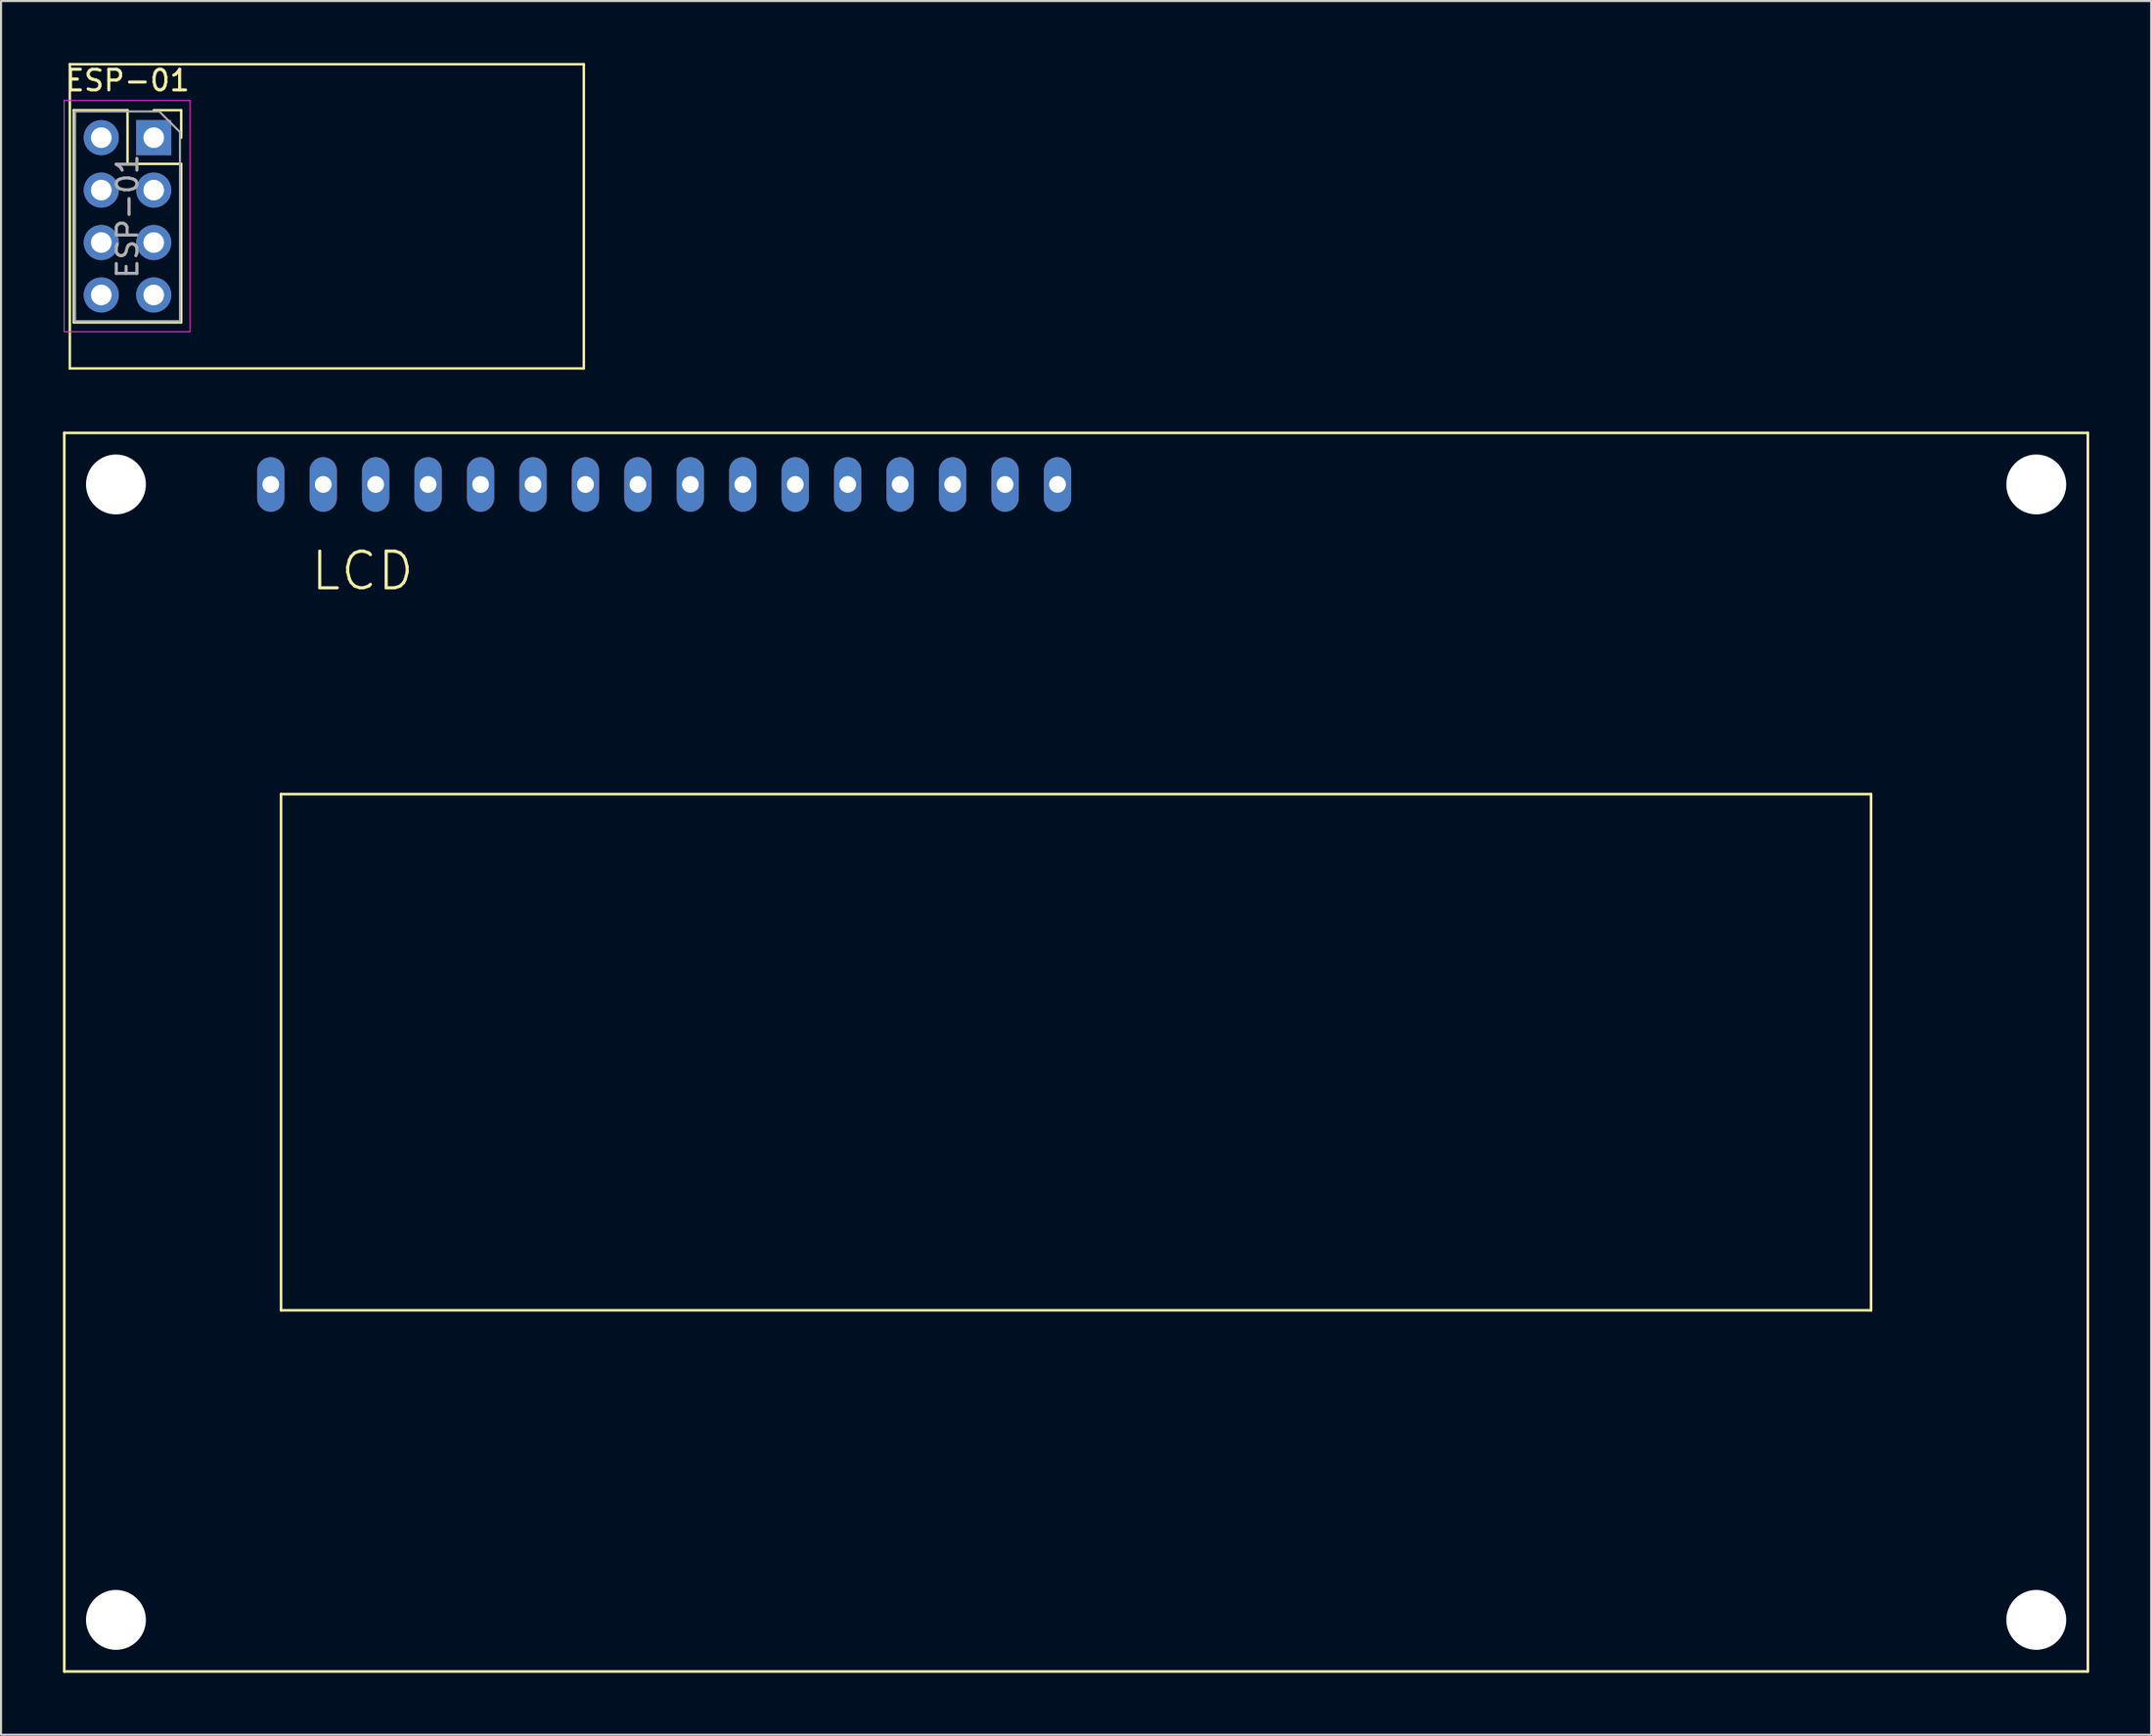
<source format=kicad_pcb>
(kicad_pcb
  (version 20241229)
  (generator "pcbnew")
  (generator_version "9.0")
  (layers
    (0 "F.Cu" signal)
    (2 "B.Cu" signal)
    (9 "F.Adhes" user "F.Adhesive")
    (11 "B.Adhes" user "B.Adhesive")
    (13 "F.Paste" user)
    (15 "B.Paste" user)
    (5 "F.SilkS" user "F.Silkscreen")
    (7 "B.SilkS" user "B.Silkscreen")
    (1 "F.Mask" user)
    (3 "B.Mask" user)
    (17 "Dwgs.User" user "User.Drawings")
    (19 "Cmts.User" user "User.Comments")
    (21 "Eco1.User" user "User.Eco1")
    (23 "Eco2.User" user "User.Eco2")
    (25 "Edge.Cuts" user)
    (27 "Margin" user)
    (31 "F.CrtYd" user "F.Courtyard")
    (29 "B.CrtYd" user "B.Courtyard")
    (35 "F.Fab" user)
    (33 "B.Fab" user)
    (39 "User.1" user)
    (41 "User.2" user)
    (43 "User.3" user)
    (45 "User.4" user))
  (footprint "ESP-01"
    (layer "F.Cu")
    (at 4.395 3.618)
    (property "Reference" "ESP-01" (at -1.27 -2.77 0) (layer "F.SilkS") (effects (font (size 1 1) (thickness 0.15))))
    (attr through_hole)
    (fp_line (start -4.064 -3.556) (end 20.828 -3.556) (stroke (width 0.12) (type solid)) (layer "F.SilkS"))
    (fp_line (start -4.064 11.176) (end -4.064 -3.556) (stroke (width 0.12) (type solid)) (layer "F.SilkS"))
    (fp_line (start -3.87 -1.33) (end -3.87 8.95) (stroke (width 0.12) (type solid)) (layer "F.SilkS"))
    (fp_line (start -3.87 -1.33) (end -1.27 -1.33) (stroke (width 0.12) (type solid)) (layer "F.SilkS"))
    (fp_line (start -3.87 8.95) (end 1.33 8.95) (stroke (width 0.12) (type solid)) (layer "F.SilkS"))
    (fp_line (start -1.27 -1.33) (end -1.27 1.27) (stroke (width 0.12) (type solid)) (layer "F.SilkS"))
    (fp_line (start -1.27 1.27) (end 1.33 1.27) (stroke (width 0.12) (type solid)) (layer "F.SilkS"))
    (fp_line (start 0 -1.33) (end 1.33 -1.33) (stroke (width 0.12) (type solid)) (layer "F.SilkS"))
    (fp_line (start 1.33 -1.33) (end 1.33 0) (stroke (width 0.12) (type solid)) (layer "F.SilkS"))
    (fp_line (start 1.33 1.27) (end 1.33 8.95) (stroke (width 0.12) (type solid)) (layer "F.SilkS"))
    (fp_line (start 20.828 -3.556) (end 20.828 11.176) (stroke (width 0.12) (type solid)) (layer "F.SilkS"))
    (fp_line (start 20.828 11.176) (end -4.064 11.176) (stroke (width 0.12) (type solid)) (layer "F.SilkS"))
    (fp_line (start -4.34 -1.8) (end 1.76 -1.8) (stroke (width 0.05) (type solid)) (layer "F.CrtYd"))
    (fp_line (start -4.34 9.4) (end -4.34 -1.8) (stroke (width 0.05) (type solid)) (layer "F.CrtYd"))
    (fp_line (start 1.76 -1.8) (end 1.76 9.4) (stroke (width 0.05) (type solid)) (layer "F.CrtYd"))
    (fp_line (start 1.76 9.4) (end -4.34 9.4) (stroke (width 0.05) (type solid)) (layer "F.CrtYd"))
    (fp_line (start -3.81 -1.27) (end 0.27 -1.27) (stroke (width 0.1) (type solid)) (layer "F.Fab"))
    (fp_line (start -3.81 8.89) (end -3.81 -1.27) (stroke (width 0.1) (type solid)) (layer "F.Fab"))
    (fp_line (start 0.27 -1.27) (end 1.27 -0.27) (stroke (width 0.1) (type solid)) (layer "F.Fab"))
    (fp_line (start 1.27 -0.27) (end 1.27 8.89) (stroke (width 0.1) (type solid)) (layer "F.Fab"))
    (fp_line (start 1.27 8.89) (end -3.81 8.89) (stroke (width 0.1) (type solid)) (layer "F.Fab"))
    (fp_text user "${REFERENCE}" (at -1.27 3.81 90) (layer "F.Fab") (effects (font (size 1 1) (thickness 0.15))))
    (pad "1" thru_hole rect (at 0 0) (size 1.7 1.7) (drill 1) (layers "*.Cu" "*.Mask"))
    (pad "2" thru_hole oval (at -2.54 0) (size 1.7 1.7) (drill 1) (layers "*.Cu" "*.Mask"))
    (pad "3" thru_hole oval (at 0 2.54) (size 1.7 1.7) (drill 1) (layers "*.Cu" "*.Mask"))
    (pad "4" thru_hole oval (at -2.54 2.54) (size 1.7 1.7) (drill 1) (layers "*.Cu" "*.Mask"))
    (pad "5" thru_hole oval (at 0 5.08) (size 1.7 1.7) (drill 1) (layers "*.Cu" "*.Mask"))
    (pad "6" thru_hole oval (at -2.54 5.08) (size 1.7 1.7) (drill 1) (layers "*.Cu" "*.Mask"))
    (pad "7" thru_hole oval (at 0 7.62) (size 1.7 1.7) (drill 1) (layers "*.Cu" "*.Mask"))
    (pad "8" thru_hole oval (at -2.54 7.62) (size 1.7 1.7) (drill 1) (layers "*.Cu" "*.Mask")))
  (footprint "LCD"
    (layer "F.Cu")
    (at 10.063 20.417)
    (property "Reference" "LCD" (at 4.445 4.191 0) (layer "F.SilkS") (effects (font (size 1.778 1.778) (thickness 0.152))))
    (attr through_hole)
    (fp_line (start -10 -2.499) (end 87.998 -2.499) (stroke (width 0.127) (type solid)) (layer "F.SilkS"))
    (fp_line (start -10 57.498) (end -10 -2.499) (stroke (width 0.127) (type solid)) (layer "F.SilkS"))
    (fp_line (start 0.498 14.999) (end 77.498 14.999) (stroke (width 0.127) (type solid)) (layer "F.SilkS"))
    (fp_line (start 0.498 40) (end 0.498 14.999) (stroke (width 0.127) (type solid)) (layer "F.SilkS"))
    (fp_line (start 77.498 14.999) (end 77.498 40) (stroke (width 0.127) (type solid)) (layer "F.SilkS"))
    (fp_line (start 77.498 40) (end 0.498 40) (stroke (width 0.127) (type solid)) (layer "F.SilkS"))
    (fp_line (start 87.998 -2.499) (end 87.998 57.498) (stroke (width 0.127) (type solid)) (layer "F.SilkS"))
    (fp_line (start 87.998 57.498) (end -10 57.498) (stroke (width 0.127) (type solid)) (layer "F.SilkS"))
    (pad "" np_thru_hole circle (at -7.498 0) (size 2.9 2.9) (drill 2.9) (layers "*.Cu" "*.Mask"))
    (pad "" np_thru_hole circle (at -7.498 54.999) (size 2.9 2.9) (drill 2.9) (layers "*.Cu" "*.Mask"))
    (pad "" np_thru_hole circle (at 85.499 0) (size 2.9 2.9) (drill 2.9) (layers "*.Cu" "*.Mask"))
    (pad "" np_thru_hole circle (at 85.499 54.999) (size 2.9 2.9) (drill 2.9) (layers "*.Cu" "*.Mask"))
    (pad "1" thru_hole oval (at 0 0 180) (size 1.321 2.642) (drill 0.813) (layers "*.Cu" "*.Paste" "*.Mask"))
    (pad "2" thru_hole oval (at 2.54 0 180) (size 1.321 2.642) (drill 0.813) (layers "*.Cu" "*.Paste" "*.Mask"))
    (pad "3" thru_hole oval (at 5.08 0 180) (size 1.321 2.642) (drill 0.813) (layers "*.Cu" "*.Paste" "*.Mask"))
    (pad "4" thru_hole oval (at 7.62 0 180) (size 1.321 2.642) (drill 0.813) (layers "*.Cu" "*.Paste" "*.Mask"))
    (pad "5" thru_hole oval (at 10.16 0 180) (size 1.321 2.642) (drill 0.813) (layers "*.Cu" "*.Paste" "*.Mask"))
    (pad "6" thru_hole oval (at 12.7 0 180) (size 1.321 2.642) (drill 0.813) (layers "*.Cu" "*.Paste" "*.Mask"))
    (pad "7" thru_hole oval (at 15.24 0 180) (size 1.321 2.642) (drill 0.813) (layers "*.Cu" "*.Paste" "*.Mask"))
    (pad "8" thru_hole oval (at 17.78 0 180) (size 1.321 2.642) (drill 0.813) (layers "*.Cu" "*.Paste" "*.Mask"))
    (pad "9" thru_hole oval (at 20.32 0 180) (size 1.321 2.642) (drill 0.813) (layers "*.Cu" "*.Paste" "*.Mask"))
    (pad "10" thru_hole oval (at 22.86 0 180) (size 1.321 2.642) (drill 0.813) (layers "*.Cu" "*.Paste" "*.Mask"))
    (pad "11" thru_hole oval (at 25.4 0 180) (size 1.321 2.642) (drill 0.813) (layers "*.Cu" "*.Paste" "*.Mask"))
    (pad "12" thru_hole oval (at 27.94 0 180) (size 1.321 2.642) (drill 0.813) (layers "*.Cu" "*.Paste" "*.Mask"))
    (pad "13" thru_hole oval (at 30.48 0 180) (size 1.321 2.642) (drill 0.813) (layers "*.Cu" "*.Paste" "*.Mask"))
    (pad "14" thru_hole oval (at 33.02 0 180) (size 1.321 2.642) (drill 0.813) (layers "*.Cu" "*.Paste" "*.Mask"))
    (pad "15" thru_hole oval (at 35.56 0 180) (size 1.321 2.642) (drill 0.813) (layers "*.Cu" "*.Paste" "*.Mask"))
    (pad "16" thru_hole oval (at 38.1 0 180) (size 1.321 2.642) (drill 0.813) (layers "*.Cu" "*.Paste" "*.Mask")))
  (gr_rect
    (start -3 -3)
    (end 101.125 80.979)
    (stroke (width 0.1) (type default))
    (fill no)
    (layer "Edge.Cuts")))
</source>
